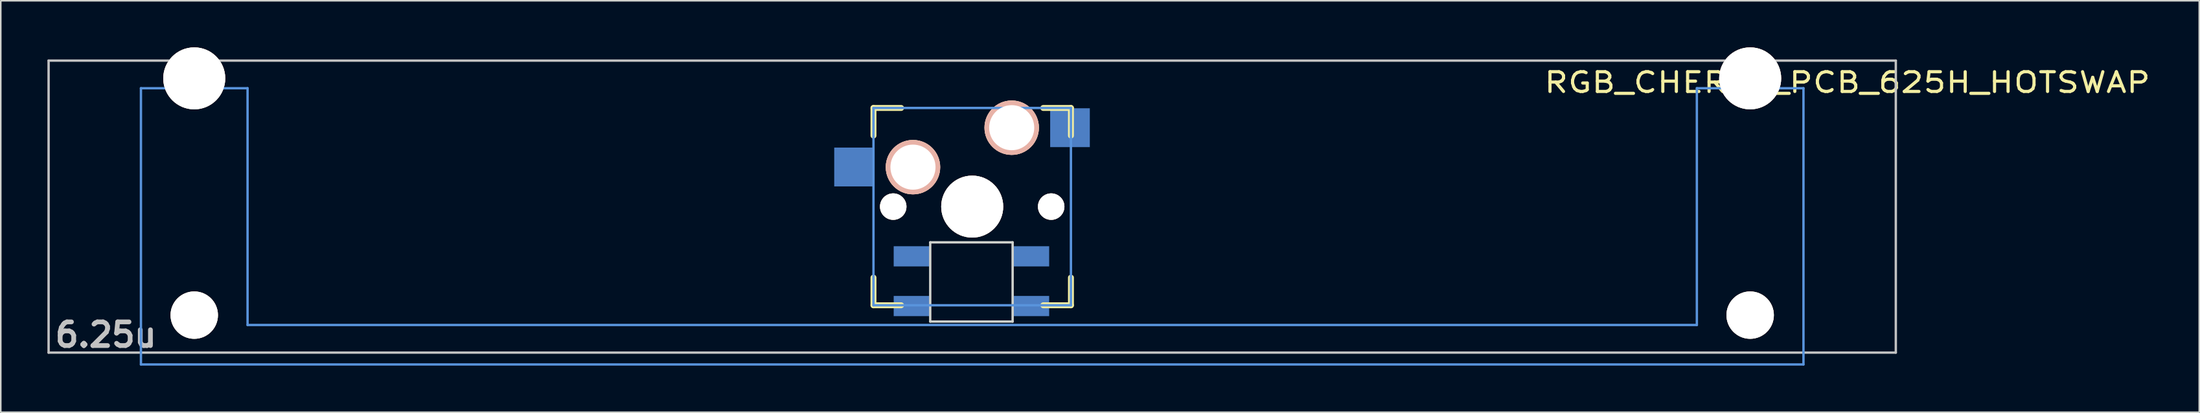
<source format=kicad_pcb>
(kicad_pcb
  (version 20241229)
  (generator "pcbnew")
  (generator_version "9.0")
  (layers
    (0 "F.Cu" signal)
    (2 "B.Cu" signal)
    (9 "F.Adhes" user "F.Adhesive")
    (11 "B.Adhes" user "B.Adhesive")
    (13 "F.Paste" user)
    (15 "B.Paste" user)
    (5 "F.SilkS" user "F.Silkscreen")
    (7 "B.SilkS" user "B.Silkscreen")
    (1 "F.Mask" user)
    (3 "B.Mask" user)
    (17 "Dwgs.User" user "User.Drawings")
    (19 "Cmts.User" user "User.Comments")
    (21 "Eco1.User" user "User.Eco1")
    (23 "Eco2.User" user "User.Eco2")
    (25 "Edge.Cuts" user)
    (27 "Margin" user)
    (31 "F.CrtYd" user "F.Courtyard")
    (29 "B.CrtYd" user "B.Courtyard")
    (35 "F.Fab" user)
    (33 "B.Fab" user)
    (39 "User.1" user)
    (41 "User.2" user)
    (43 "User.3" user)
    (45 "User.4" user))
  (footprint "RGB_CHERRY_PCB_625H_HOTSWAP"
    (layer "F.Cu")
    (at 59.482 10.249)
    (property "Reference" "RGB_CHERRY_PCB_625H_HOTSWAP" (at 56.285 -7.99 0) (layer "F.SilkS") (effects (font (size 1.27 1.524) (thickness 0.203))))
    (attr through_hole)
    (fp_line (start -6.35 -6.35) (end -4.572 -6.35) (stroke (width 0.381) (type solid)) (layer "F.SilkS"))
    (fp_line (start -6.35 -4.572) (end -6.35 -6.35) (stroke (width 0.381) (type solid)) (layer "F.SilkS"))
    (fp_line (start -6.35 6.35) (end -6.35 4.572) (stroke (width 0.381) (type solid)) (layer "F.SilkS"))
    (fp_line (start -4.572 6.35) (end -6.35 6.35) (stroke (width 0.381) (type solid)) (layer "F.SilkS"))
    (fp_line (start 4.572 -6.35) (end 6.35 -6.35) (stroke (width 0.381) (type solid)) (layer "F.SilkS"))
    (fp_line (start 6.35 -6.35) (end 6.35 -4.572) (stroke (width 0.381) (type solid)) (layer "F.SilkS"))
    (fp_line (start 6.35 4.572) (end 6.35 6.35) (stroke (width 0.381) (type solid)) (layer "F.SilkS"))
    (fp_line (start 6.35 6.35) (end 4.572 6.35) (stroke (width 0.381) (type solid)) (layer "F.SilkS"))
    (fp_line (start -59.406 -9.398) (end 59.406 -9.398) (stroke (width 0.152) (type solid)) (layer "Dwgs.User"))
    (fp_line (start -59.406 9.398) (end -59.406 -9.398) (stroke (width 0.152) (type solid)) (layer "Dwgs.User"))
    (fp_line (start 59.406 -9.398) (end 59.406 9.398) (stroke (width 0.152) (type solid)) (layer "Dwgs.User"))
    (fp_line (start 59.406 9.398) (end -59.406 9.398) (stroke (width 0.152) (type solid)) (layer "Dwgs.User"))
    (fp_line (start -53.467 -7.62) (end -53.467 10.16) (stroke (width 0.152) (type solid)) (layer "Cmts.User"))
    (fp_line (start -53.467 10.16) (end 53.467 10.16) (stroke (width 0.152) (type solid)) (layer "Cmts.User"))
    (fp_line (start -46.609 -7.62) (end -53.467 -7.62) (stroke (width 0.152) (type solid)) (layer "Cmts.User"))
    (fp_line (start -46.609 7.62) (end -46.609 -7.62) (stroke (width 0.152) (type solid)) (layer "Cmts.User"))
    (fp_line (start -6.35 -6.35) (end 6.35 -6.35) (stroke (width 0.152) (type solid)) (layer "Cmts.User"))
    (fp_line (start -6.35 6.35) (end -6.35 -6.35) (stroke (width 0.152) (type solid)) (layer "Cmts.User"))
    (fp_line (start 6.35 -6.35) (end 6.35 6.35) (stroke (width 0.152) (type solid)) (layer "Cmts.User"))
    (fp_line (start 6.35 6.35) (end -6.35 6.35) (stroke (width 0.152) (type solid)) (layer "Cmts.User"))
    (fp_line (start 46.609 -7.62) (end 46.609 7.62) (stroke (width 0.152) (type solid)) (layer "Cmts.User"))
    (fp_line (start 46.609 7.62) (end -46.609 7.62) (stroke (width 0.152) (type solid)) (layer "Cmts.User"))
    (fp_line (start 53.467 -7.62) (end 46.609 -7.62) (stroke (width 0.152) (type solid)) (layer "Cmts.User"))
    (fp_line (start 53.467 10.16) (end 53.467 -7.62) (stroke (width 0.152) (type solid)) (layer "Cmts.User"))
    (fp_line (start -54.229 -2.286) (end -53.365 -2.286) (stroke (width 0.152) (type solid)) (layer "Eco2.User"))
    (fp_line (start -54.229 0.508) (end -54.229 -2.286) (stroke (width 0.152) (type solid)) (layer "Eco2.User"))
    (fp_line (start -53.365 -5.69) (end -46.711 -5.69) (stroke (width 0.152) (type solid)) (layer "Eco2.User"))
    (fp_line (start -53.365 -2.286) (end -53.365 -5.69) (stroke (width 0.152) (type solid)) (layer "Eco2.User"))
    (fp_line (start -53.365 0.508) (end -54.229 0.508) (stroke (width 0.152) (type solid)) (layer "Eco2.User"))
    (fp_line (start -53.365 6.604) (end -53.365 0.508) (stroke (width 0.152) (type solid)) (layer "Eco2.User"))
    (fp_line (start -52.324 6.604) (end -53.365 6.604) (stroke (width 0.152) (type solid)) (layer "Eco2.User"))
    (fp_line (start -52.324 7.772) (end -52.324 6.604) (stroke (width 0.152) (type solid)) (layer "Eco2.User"))
    (fp_line (start -47.752 6.604) (end -47.752 7.772) (stroke (width 0.152) (type solid)) (layer "Eco2.User"))
    (fp_line (start -47.752 7.772) (end -52.324 7.772) (stroke (width 0.152) (type solid)) (layer "Eco2.User"))
    (fp_line (start -46.711 -5.69) (end -46.711 -2.286) (stroke (width 0.152) (type solid)) (layer "Eco2.User"))
    (fp_line (start -46.711 -2.286) (end -6.985 -2.286) (stroke (width 0.152) (type solid)) (layer "Eco2.User"))
    (fp_line (start -46.711 2.286) (end -46.711 6.604) (stroke (width 0.152) (type solid)) (layer "Eco2.User"))
    (fp_line (start -46.711 6.604) (end -47.752 6.604) (stroke (width 0.152) (type solid)) (layer "Eco2.User"))
    (fp_line (start -6.985 -6.985) (end 6.985 -6.985) (stroke (width 0.152) (type solid)) (layer "Eco2.User"))
    (fp_line (start -6.985 -2.286) (end -6.985 -6.985) (stroke (width 0.152) (type solid)) (layer "Eco2.User"))
    (fp_line (start -6.985 2.286) (end -46.711 2.286) (stroke (width 0.152) (type solid)) (layer "Eco2.User"))
    (fp_line (start -6.985 6.985) (end -6.985 2.286) (stroke (width 0.152) (type solid)) (layer "Eco2.User"))
    (fp_line (start 6.985 -6.985) (end 6.985 -2.286) (stroke (width 0.152) (type solid)) (layer "Eco2.User"))
    (fp_line (start 6.985 -2.286) (end 46.711 -2.286) (stroke (width 0.152) (type solid)) (layer "Eco2.User"))
    (fp_line (start 6.985 2.286) (end 6.985 6.985) (stroke (width 0.152) (type solid)) (layer "Eco2.User"))
    (fp_line (start 6.985 6.985) (end -6.985 6.985) (stroke (width 0.152) (type solid)) (layer "Eco2.User"))
    (fp_line (start 46.711 -5.69) (end 53.365 -5.69) (stroke (width 0.152) (type solid)) (layer "Eco2.User"))
    (fp_line (start 46.711 -2.286) (end 46.711 -5.69) (stroke (width 0.152) (type solid)) (layer "Eco2.User"))
    (fp_line (start 46.711 2.286) (end 6.985 2.286) (stroke (width 0.152) (type solid)) (layer "Eco2.User"))
    (fp_line (start 46.711 6.604) (end 46.711 2.286) (stroke (width 0.152) (type solid)) (layer "Eco2.User"))
    (fp_line (start 47.752 6.604) (end 46.711 6.604) (stroke (width 0.152) (type solid)) (layer "Eco2.User"))
    (fp_line (start 47.752 7.772) (end 47.752 6.604) (stroke (width 0.152) (type solid)) (layer "Eco2.User"))
    (fp_line (start 52.324 6.604) (end 52.324 7.772) (stroke (width 0.152) (type solid)) (layer "Eco2.User"))
    (fp_line (start 52.324 7.772) (end 47.752 7.772) (stroke (width 0.152) (type solid)) (layer "Eco2.User"))
    (fp_line (start 53.365 -5.69) (end 53.365 -2.286) (stroke (width 0.152) (type solid)) (layer "Eco2.User"))
    (fp_line (start 53.365 -2.286) (end 54.229 -2.286) (stroke (width 0.152) (type solid)) (layer "Eco2.User"))
    (fp_line (start 53.365 0.508) (end 53.365 6.604) (stroke (width 0.152) (type solid)) (layer "Eco2.User"))
    (fp_line (start 53.365 6.604) (end 52.324 6.604) (stroke (width 0.152) (type solid)) (layer "Eco2.User"))
    (fp_line (start 54.229 -2.286) (end 54.229 0.508) (stroke (width 0.152) (type solid)) (layer "Eco2.User"))
    (fp_line (start 54.229 0.508) (end 53.365 0.508) (stroke (width 0.152) (type solid)) (layer "Eco2.User"))
    (fp_line (start -2.7 2.3) (end -2.7 7.4) (stroke (width 0.15) (type solid)) (layer "Edge.Cuts"))
    (fp_line (start -2.7 2.3) (end 2.6 2.3) (stroke (width 0.15) (type solid)) (layer "Edge.Cuts"))
    (fp_line (start 2.6 2.3) (end 2.6 7.4) (stroke (width 0.15) (type solid)) (layer "Edge.Cuts"))
    (fp_line (start 2.6 7.4) (end -2.7 7.4) (stroke (width 0.15) (type solid)) (layer "Edge.Cuts"))
    (fp_text user "6.25u" (at -55.723 8.255 0) (layer "Dwgs.User") (effects (font (size 1.524 1.524) (thickness 0.305))))
    (pad "" np_thru_hole circle (at -50.038 -8.255) (size 3.988 3.988) (drill 3.988) (layers "*.Cu" "*.SilkS" "*.Mask"))
    (pad "" np_thru_hole circle (at -50.038 6.985) (size 3.048 3.048) (drill 3.048) (layers "*.Cu" "*.SilkS" "*.Mask"))
    (pad "" np_thru_hole circle (at -5.08 0) (size 1.702 1.702) (drill 1.702) (layers "*.Cu" "*.SilkS" "*.Mask"))
    (pad "" np_thru_hole circle (at 0 0) (size 3.988 3.988) (drill 3.988) (layers "*.Cu" "*.SilkS" "*.Mask"))
    (pad "" np_thru_hole circle (at 5.08 0) (size 1.702 1.702) (drill 1.702) (layers "*.Cu" "*.SilkS" "*.Mask"))
    (pad "" np_thru_hole circle (at 50.038 -8.255) (size 3.988 3.988) (drill 3.988) (layers "*.Cu" "*.SilkS" "*.Mask"))
    (pad "" np_thru_hole circle (at 50.038 6.985) (size 3.048 3.048) (drill 3.048) (layers "*.Cu" "*.SilkS" "*.Mask"))
    (pad "1" thru_hole circle (at 2.54 -5.08) (size 3.5 3.5) (drill 2.9) (layers "*.Cu" "*.SilkS" "*.Mask"))
    (pad "1" smd rect (at 6.29 -5.08) (size 2.55 2.5) (layers "B.Cu" "B.Mask" "B.Paste"))
    (pad "2" smd rect (at -7.6 -2.55) (size 2.55 2.5) (layers "B.Cu" "B.Mask" "B.Paste"))
    (pad "2" thru_hole circle (at -3.81 -2.54) (size 3.5 3.5) (drill 2.9) (layers "*.Cu" "*.SilkS" "*.Mask"))
    (pad "3" smd rect (at -2.8 3.2) (size 2.3 1.3) (drill (offset -1.1 0)) (layers "B.Cu" "B.Mask" "B.Paste"))
    (pad "4" smd rect (at -2.8 6.4) (size 2.3 1.3) (drill (offset -1.1 0)) (layers "B.Cu" "B.Mask" "B.Paste"))
    (pad "5" smd rect (at 2.7 6.4) (size 2.3 1.3) (drill (offset 1.1 0)) (layers "B.Cu" "B.Mask" "B.Paste"))
    (pad "6" smd rect (at 2.7 3.2) (size 2.3 1.3) (drill (offset 1.1 0)) (layers "B.Cu" "B.Mask" "B.Paste")))
  (gr_rect
    (start -3 -3)
    (end 138.405 23.485)
    (stroke (width 0.1) (type default))
    (fill no)
    (layer "Edge.Cuts")))
</source>
